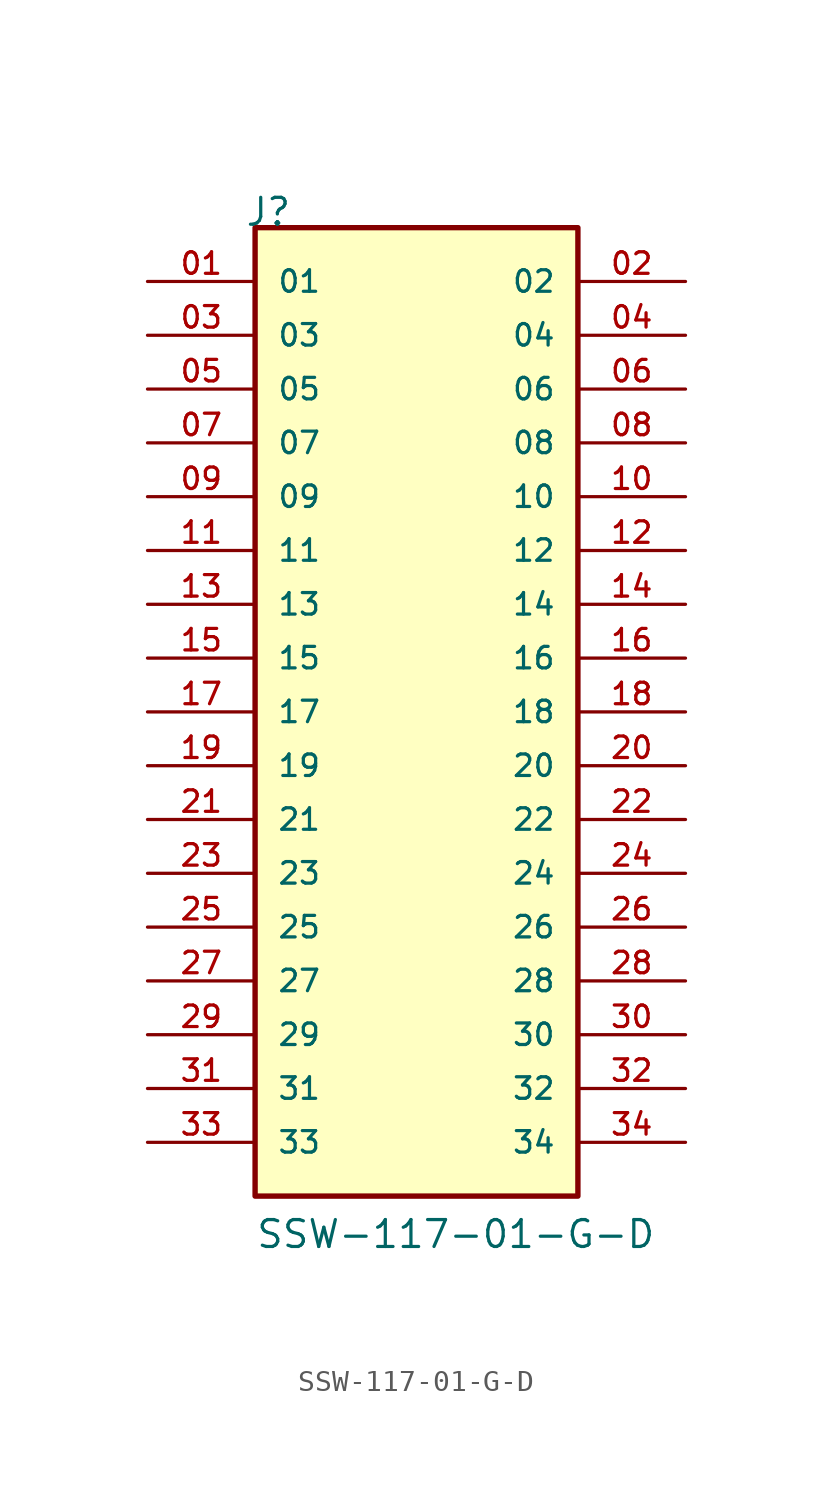
<source format=kicad_sym>
(kicad_symbol_lib
  (version 20211014)
  (generator kicad_symbol_editor)
  (symbol "SSW-117-01-G-D"
    (pin_names
      (offset 1.016))
    (property "Reference" "J"
      (at -8.12 22.86 0)
      (effects (font (size 1.27 1.27)) (justify bottom left)))
    (property "Value" "SSW-117-01-G-D"
      (at -7.62 -25.4 0)
      (effects (font (size 1.27 1.27)) (justify bottom left)))
    (symbol "SSW-117-01-G-D_0_0"
      (rectangle (start -7.62 -22.86) (end 7.62 22.86) (stroke (width 0.254)) (fill (type background)))
      (pin passive line (at -12.7 20.32 0) (length 5.08) (name "01" (effects (font (size 1.016 1.016)))) (number "01" (effects (font (size 1.016 1.016)))))
      (pin passive line (at 12.7 20.32 180.0) (length 5.08) (name "02" (effects (font (size 1.016 1.016)))) (number "02" (effects (font (size 1.016 1.016)))))
      (pin passive line (at -12.7 17.78 0) (length 5.08) (name "03" (effects (font (size 1.016 1.016)))) (number "03" (effects (font (size 1.016 1.016)))))
      (pin passive line (at 12.7 17.78 180.0) (length 5.08) (name "04" (effects (font (size 1.016 1.016)))) (number "04" (effects (font (size 1.016 1.016)))))
      (pin passive line (at -12.7 15.24 0) (length 5.08) (name "05" (effects (font (size 1.016 1.016)))) (number "05" (effects (font (size 1.016 1.016)))))
      (pin passive line (at 12.7 15.24 180.0) (length 5.08) (name "06" (effects (font (size 1.016 1.016)))) (number "06" (effects (font (size 1.016 1.016)))))
      (pin passive line (at -12.7 12.7 0) (length 5.08) (name "07" (effects (font (size 1.016 1.016)))) (number "07" (effects (font (size 1.016 1.016)))))
      (pin passive line (at 12.7 12.7 180.0) (length 5.08) (name "08" (effects (font (size 1.016 1.016)))) (number "08" (effects (font (size 1.016 1.016)))))
      (pin passive line (at -12.7 10.16 0) (length 5.08) (name "09" (effects (font (size 1.016 1.016)))) (number "09" (effects (font (size 1.016 1.016)))))
      (pin passive line (at 12.7 10.16 180.0) (length 5.08) (name "10" (effects (font (size 1.016 1.016)))) (number "10" (effects (font (size 1.016 1.016)))))
      (pin passive line (at -12.7 7.62 0) (length 5.08) (name "11" (effects (font (size 1.016 1.016)))) (number "11" (effects (font (size 1.016 1.016)))))
      (pin passive line (at 12.7 7.62 180.0) (length 5.08) (name "12" (effects (font (size 1.016 1.016)))) (number "12" (effects (font (size 1.016 1.016)))))
      (pin passive line (at -12.7 5.08 0) (length 5.08) (name "13" (effects (font (size 1.016 1.016)))) (number "13" (effects (font (size 1.016 1.016)))))
      (pin passive line (at 12.7 5.08 180.0) (length 5.08) (name "14" (effects (font (size 1.016 1.016)))) (number "14" (effects (font (size 1.016 1.016)))))
      (pin passive line (at -12.7 2.54 0) (length 5.08) (name "15" (effects (font (size 1.016 1.016)))) (number "15" (effects (font (size 1.016 1.016)))))
      (pin passive line (at 12.7 2.54 180.0) (length 5.08) (name "16" (effects (font (size 1.016 1.016)))) (number "16" (effects (font (size 1.016 1.016)))))
      (pin passive line (at -12.7 0.0 0) (length 5.08) (name "17" (effects (font (size 1.016 1.016)))) (number "17" (effects (font (size 1.016 1.016)))))
      (pin passive line (at 12.7 0.0 180.0) (length 5.08) (name "18" (effects (font (size 1.016 1.016)))) (number "18" (effects (font (size 1.016 1.016)))))
      (pin passive line (at -12.7 -2.54 0) (length 5.08) (name "19" (effects (font (size 1.016 1.016)))) (number "19" (effects (font (size 1.016 1.016)))))
      (pin passive line (at 12.7 -2.54 180.0) (length 5.08) (name "20" (effects (font (size 1.016 1.016)))) (number "20" (effects (font (size 1.016 1.016)))))
      (pin passive line (at -12.7 -5.08 0) (length 5.08) (name "21" (effects (font (size 1.016 1.016)))) (number "21" (effects (font (size 1.016 1.016)))))
      (pin passive line (at 12.7 -5.08 180.0) (length 5.08) (name "22" (effects (font (size 1.016 1.016)))) (number "22" (effects (font (size 1.016 1.016)))))
      (pin passive line (at -12.7 -7.62 0) (length 5.08) (name "23" (effects (font (size 1.016 1.016)))) (number "23" (effects (font (size 1.016 1.016)))))
      (pin passive line (at 12.7 -7.62 180.0) (length 5.08) (name "24" (effects (font (size 1.016 1.016)))) (number "24" (effects (font (size 1.016 1.016)))))
      (pin passive line (at -12.7 -10.16 0) (length 5.08) (name "25" (effects (font (size 1.016 1.016)))) (number "25" (effects (font (size 1.016 1.016)))))
      (pin passive line (at 12.7 -10.16 180.0) (length 5.08) (name "26" (effects (font (size 1.016 1.016)))) (number "26" (effects (font (size 1.016 1.016)))))
      (pin passive line (at -12.7 -12.7 0) (length 5.08) (name "27" (effects (font (size 1.016 1.016)))) (number "27" (effects (font (size 1.016 1.016)))))
      (pin passive line (at 12.7 -12.7 180.0) (length 5.08) (name "28" (effects (font (size 1.016 1.016)))) (number "28" (effects (font (size 1.016 1.016)))))
      (pin passive line (at -12.7 -15.24 0) (length 5.08) (name "29" (effects (font (size 1.016 1.016)))) (number "29" (effects (font (size 1.016 1.016)))))
      (pin passive line (at 12.7 -15.24 180.0) (length 5.08) (name "30" (effects (font (size 1.016 1.016)))) (number "30" (effects (font (size 1.016 1.016)))))
      (pin passive line (at -12.7 -17.78 0) (length 5.08) (name "31" (effects (font (size 1.016 1.016)))) (number "31" (effects (font (size 1.016 1.016)))))
      (pin passive line (at 12.7 -17.78 180.0) (length 5.08) (name "32" (effects (font (size 1.016 1.016)))) (number "32" (effects (font (size 1.016 1.016)))))
      (pin passive line (at -12.7 -20.32 0) (length 5.08) (name "33" (effects (font (size 1.016 1.016)))) (number "33" (effects (font (size 1.016 1.016)))))
      (pin passive line (at 12.7 -20.32 180.0) (length 5.08) (name "34" (effects (font (size 1.016 1.016)))) (number "34" (effects (font (size 1.016 1.016))))))))
</source>
